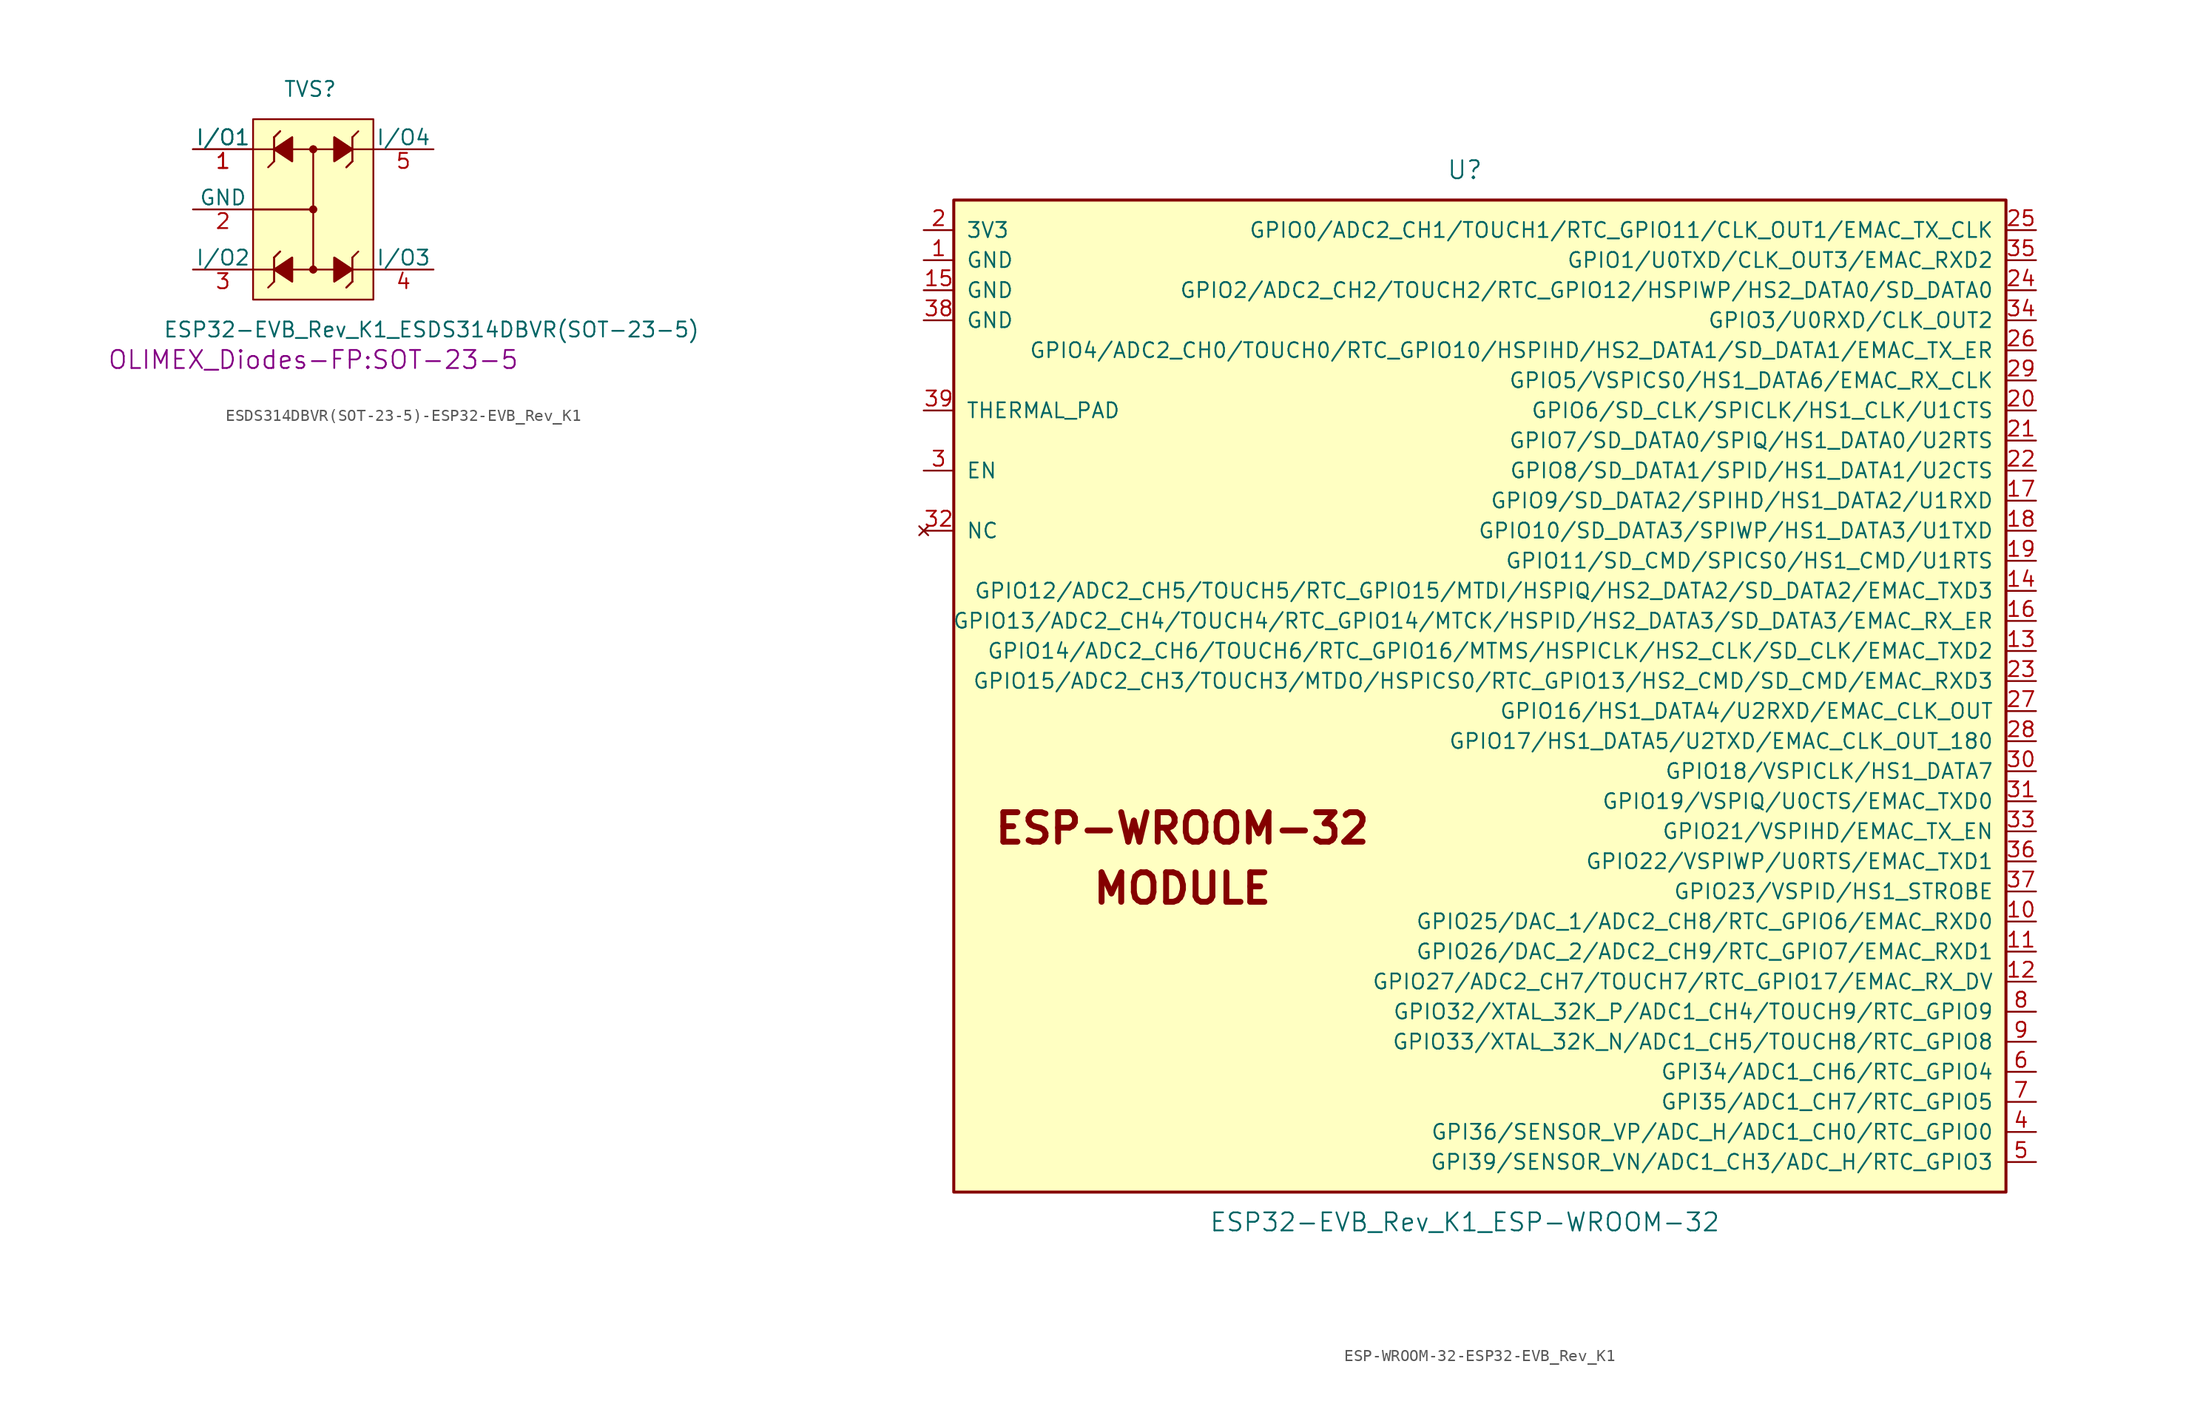
<source format=kicad_sym>
(kicad_symbol_lib
  (version 20231120)
  (generator "kicad_symbol_editor")
  (generator_version "8.0")
  (symbol "ESDS314DBVR(SOT-23-5)-ESP32-EVB_Rev_K1"
    (pin_names
      (offset 0))
    (property "Reference" "TVS"
      (at -2.54 10.16 0)
      (effects (font (size 1.27 1.27)) (justify left)))
    (property "Value" "ESP32-EVB_Rev_K1_ESDS314DBVR(SOT-23-5)"
      (at -12.7 -10.16 0)
      (effects (font (size 1.27 1.27)) (justify left)))
    (property "Footprint" "OLIMEX_Diodes-FP:SOT-23-5"
      (at 0 -12.7 0)
      (effects (font (size 1.524 1.524))))
    (property "Datasheet" ""
      (at -2.54 5.08 90)
      (effects (font (size 1.524 1.524))))
    (symbol "ESDS314DBVR(SOT-23-5)-ESP32-EVB_Rev_K1_0_1"
      (rectangle (start -5.08 7.62) (end 5.08 -7.62) (stroke (width 0) (type solid)) (fill (type background)))
      (circle (center 0 -5.08) (radius 0.254) (stroke (width 0) (type solid)) (fill (type outline)))
      (circle (center 0 -5.08) (radius 0.254) (stroke (width 0) (type solid)) (fill (type outline)))
      (polyline (pts (xy -5.08 5.08) (xy 5.08 5.08)) (stroke (width 0) (type solid)) (fill (type none)))
      (polyline (pts (xy -3.302 -6.096) (xy -3.81 -6.604)) (stroke (width 0) (type solid)) (fill (type none)))
      (polyline (pts (xy -3.302 -6.096) (xy -3.302 -4.064)) (stroke (width 0) (type solid)) (fill (type none)))
      (polyline (pts (xy -3.302 -6.096) (xy -3.302 -4.064)) (stroke (width 0) (type solid)) (fill (type none)))
      (polyline (pts (xy -3.302 -4.064) (xy -3.302 -4.064)) (stroke (width 0) (type solid)) (fill (type none)))
      (polyline (pts (xy -3.302 -4.064) (xy -3.302 -4.064)) (stroke (width 0) (type solid)) (fill (type none)))
      (polyline (pts (xy -3.302 -4.064) (xy -2.794 -3.556)) (stroke (width 0) (type solid)) (fill (type none)))
      (polyline (pts (xy -3.302 -4.064) (xy -2.794 -3.556)) (stroke (width 0) (type solid)) (fill (type none)))
      (polyline (pts (xy -3.302 4.064) (xy -3.81 3.556)) (stroke (width 0) (type solid)) (fill (type none)))
      (polyline (pts (xy -3.302 4.064) (xy -3.302 6.096)) (stroke (width 0) (type solid)) (fill (type none)))
      (polyline (pts (xy -3.302 4.064) (xy -3.302 6.096)) (stroke (width 0) (type solid)) (fill (type none)))
      (polyline (pts (xy -3.302 6.096) (xy -3.302 6.096)) (stroke (width 0) (type solid)) (fill (type none)))
      (polyline (pts (xy -3.302 6.096) (xy -3.302 6.096)) (stroke (width 0) (type solid)) (fill (type none)))
      (polyline (pts (xy -3.302 6.096) (xy -2.794 6.604)) (stroke (width 0) (type solid)) (fill (type none)))
      (polyline (pts (xy -3.302 6.096) (xy -2.794 6.604)) (stroke (width 0) (type solid)) (fill (type none)))
      (polyline (pts (xy 0 0) (xy -5.08 0)) (stroke (width 0) (type solid)) (fill (type none)))
      (polyline (pts (xy 0 0) (xy -5.08 0)) (stroke (width 0) (type solid)) (fill (type none)))
      (polyline (pts (xy 0 5.08) (xy 0 -5.08)) (stroke (width 0) (type solid)) (fill (type none)))
      (polyline (pts (xy 3.302 -6.096) (xy 2.794 -6.604)) (stroke (width 0) (type solid)) (fill (type none)))
      (polyline (pts (xy 3.302 -6.096) (xy 2.794 -6.604)) (stroke (width 0) (type solid)) (fill (type none)))
      (polyline (pts (xy 3.302 -6.096) (xy 3.302 -6.096)) (stroke (width 0) (type solid)) (fill (type none)))
      (polyline (pts (xy 3.302 -6.096) (xy 3.302 -6.096)) (stroke (width 0) (type solid)) (fill (type none)))
      (polyline (pts (xy 3.302 -4.064) (xy 3.302 -6.096)) (stroke (width 0) (type solid)) (fill (type none)))
      (polyline (pts (xy 3.302 -4.064) (xy 3.302 -6.096)) (stroke (width 0) (type solid)) (fill (type none)))
      (polyline (pts (xy 3.302 -4.064) (xy 3.81 -3.556)) (stroke (width 0) (type solid)) (fill (type none)))
      (polyline (pts (xy 3.302 4.064) (xy 2.794 3.556)) (stroke (width 0) (type solid)) (fill (type none)))
      (polyline (pts (xy 3.302 4.064) (xy 2.794 3.556)) (stroke (width 0) (type solid)) (fill (type none)))
      (polyline (pts (xy 3.302 4.064) (xy 3.302 4.064)) (stroke (width 0) (type solid)) (fill (type none)))
      (polyline (pts (xy 3.302 4.064) (xy 3.302 4.064)) (stroke (width 0) (type solid)) (fill (type none)))
      (polyline (pts (xy 3.302 6.096) (xy 3.302 4.064)) (stroke (width 0) (type solid)) (fill (type none)))
      (polyline (pts (xy 3.302 6.096) (xy 3.302 4.064)) (stroke (width 0) (type solid)) (fill (type none)))
      (polyline (pts (xy 3.302 6.096) (xy 3.81 6.604)) (stroke (width 0) (type solid)) (fill (type none)))
      (polyline (pts (xy 5.08 -5.08) (xy -5.08 -5.08)) (stroke (width 0) (type solid)) (fill (type none)))
      (polyline (pts (xy -1.778 -6.096) (xy -3.302 -5.08) (xy -1.778 -4.064) (xy -1.778 -6.096)) (stroke (width 0) (type solid)) (fill (type outline)))
      (polyline (pts (xy -1.778 -6.096) (xy -3.302 -5.08) (xy -1.778 -4.064) (xy -1.778 -6.096)) (stroke (width 0) (type solid)) (fill (type outline)))
      (polyline (pts (xy -1.778 4.064) (xy -3.302 5.08) (xy -1.778 6.096) (xy -1.778 4.064)) (stroke (width 0) (type solid)) (fill (type outline)))
      (polyline (pts (xy -1.778 4.064) (xy -3.302 5.08) (xy -1.778 6.096) (xy -1.778 4.064)) (stroke (width 0) (type solid)) (fill (type outline)))
      (polyline (pts (xy 1.778 -4.064) (xy 3.302 -5.08) (xy 1.778 -6.096) (xy 1.778 -4.064)) (stroke (width 0) (type solid)) (fill (type outline)))
      (polyline (pts (xy 1.778 -4.064) (xy 3.302 -5.08) (xy 1.778 -6.096) (xy 1.778 -4.064)) (stroke (width 0) (type solid)) (fill (type outline)))
      (polyline (pts (xy 1.778 6.096) (xy 3.302 5.08) (xy 1.778 4.064) (xy 1.778 6.096)) (stroke (width 0) (type solid)) (fill (type outline)))
      (polyline (pts (xy 1.778 6.096) (xy 3.302 5.08) (xy 1.778 4.064) (xy 1.778 6.096)) (stroke (width 0) (type solid)) (fill (type outline)))
      (circle (center 0 0) (radius 0.254) (stroke (width 0) (type solid)) (fill (type outline)))
      (circle (center 0 0) (radius 0.254) (stroke (width 0) (type solid)) (fill (type outline)))
      (circle (center 0 5.08) (radius 0.254) (stroke (width 0) (type solid)) (fill (type outline)))
      (circle (center 0 5.08) (radius 0.254) (stroke (width 0) (type solid)) (fill (type outline))))
    (symbol "ESDS314DBVR(SOT-23-5)-ESP32-EVB_Rev_K1_1_1"
      (pin passive line (at -10.16 5.08 0) (length 5.08) (name "I/O1" (effects (font (size 1.27 1.27)))) (number "1" (effects (font (size 1.27 1.27)))))
      (pin passive line (at -10.16 5.08 0) (length 5.08) (name "I/O1" (effects (font (size 1.27 1.27)))) (number "1" (effects (font (size 1.27 1.27)))))
      (pin passive line (at -10.16 0 0) (length 5.08) (name "GND" (effects (font (size 1.27 1.27)))) (number "2" (effects (font (size 1.27 1.27)))))
      (pin passive line (at -10.16 -5.08 0) (length 5.08) (name "I/O2" (effects (font (size 1.27 1.27)))) (number "3" (effects (font (size 1.27 1.27)))))
      (pin passive line (at 10.16 -5.08 180) (length 5.08) (name "I/O3" (effects (font (size 1.27 1.27)))) (number "4" (effects (font (size 1.27 1.27)))))
      (pin passive line (at 10.16 5.08 180) (length 5.08) (name "I/O4" (effects (font (size 1.27 1.27)))) (number "5" (effects (font (size 1.27 1.27)))))))
  (symbol "ESP-WROOM-32-ESP32-EVB_Rev_K1"
    (pin_names
      (offset 1.016))
    (property "Reference" "U"
      (at 0 43.18 0)
      (effects (font (size 1.524 1.524))))
    (property "Value" "ESP32-EVB_Rev_K1_ESP-WROOM-32"
      (at 0 -45.72 0)
      (effects (font (size 1.524 1.524))))
    (symbol "ESP-WROOM-32-ESP32-EVB_Rev_K1_0_0"
      (text "ESP-WROOM-32" (at -23.876 -12.446 0) (effects (font (size 2.489 2.489) (bold yes))))
      (text "MODULE" (at -23.876 -17.526 0) (effects (font (size 2.489 2.489) (bold yes)))))
    (symbol "ESP-WROOM-32-ESP32-EVB_Rev_K1_0_1"
      (rectangle (start -43.18 40.64) (end 45.72 -43.18) (stroke (width 0.254) (type solid)) (fill (type background))))
    (symbol "ESP-WROOM-32-ESP32-EVB_Rev_K1_1_1"
      (pin power_in line (at -45.72 35.56 0) (length 2.54) (name "GND" (effects (font (size 1.27 1.27)))) (number "1" (effects (font (size 1.27 1.27)))))
      (pin bidirectional line (at 48.26 -20.32 180) (length 2.54) (name "GPIO25/DAC_1/ADC2_CH8/RTC_GPIO6/EMAC_RXD0" (effects (font (size 1.27 1.27)))) (number "10" (effects (font (size 1.27 1.27)))))
      (pin bidirectional line (at 48.26 -22.86 180) (length 2.54) (name "GPIO26/DAC_2/ADC2_CH9/RTC_GPIO7/EMAC_RXD1" (effects (font (size 1.27 1.27)))) (number "11" (effects (font (size 1.27 1.27)))))
      (pin bidirectional line (at 48.26 -25.4 180) (length 2.54) (name "GPIO27/ADC2_CH7/TOUCH7/RTC_GPIO17/EMAC_RX_DV" (effects (font (size 1.27 1.27)))) (number "12" (effects (font (size 1.27 1.27)))))
      (pin bidirectional line (at 48.26 2.54 180) (length 2.54) (name "GPIO14/ADC2_CH6/TOUCH6/RTC_GPIO16/MTMS/HSPICLK/HS2_CLK/SD_CLK/EMAC_TXD2" (effects (font (size 1.27 1.27)))) (number "13" (effects (font (size 1.27 1.27)))))
      (pin bidirectional line (at 48.26 7.62 180) (length 2.54) (name "GPIO12/ADC2_CH5/TOUCH5/RTC_GPIO15/MTDI/HSPIQ/HS2_DATA2/SD_DATA2/EMAC_TXD3" (effects (font (size 1.27 1.27)))) (number "14" (effects (font (size 1.27 1.27)))))
      (pin power_in line (at -45.72 33.02 0) (length 2.54) (name "GND" (effects (font (size 1.27 1.27)))) (number "15" (effects (font (size 1.27 1.27)))))
      (pin bidirectional line (at 48.26 5.08 180) (length 2.54) (name "GPIO13/ADC2_CH4/TOUCH4/RTC_GPIO14/MTCK/HSPID/HS2_DATA3/SD_DATA3/EMAC_RX_ER" (effects (font (size 1.27 1.27)))) (number "16" (effects (font (size 1.27 1.27)))))
      (pin bidirectional line (at 48.26 15.24 180) (length 2.54) (name "GPIO9/SD_DATA2/SPIHD/HS1_DATA2/U1RXD" (effects (font (size 1.27 1.27)))) (number "17" (effects (font (size 1.27 1.27)))))
      (pin bidirectional line (at 48.26 12.7 180) (length 2.54) (name "GPIO10/SD_DATA3/SPIWP/HS1_DATA3/U1TXD" (effects (font (size 1.27 1.27)))) (number "18" (effects (font (size 1.27 1.27)))))
      (pin bidirectional line (at 48.26 10.16 180) (length 2.54) (name "GPIO11/SD_CMD/SPICS0/HS1_CMD/U1RTS" (effects (font (size 1.27 1.27)))) (number "19" (effects (font (size 1.27 1.27)))))
      (pin power_in line (at -45.72 38.1 0) (length 2.54) (name "3V3" (effects (font (size 1.27 1.27)))) (number "2" (effects (font (size 1.27 1.27)))))
      (pin bidirectional line (at 48.26 22.86 180) (length 2.54) (name "GPIO6/SD_CLK/SPICLK/HS1_CLK/U1CTS" (effects (font (size 1.27 1.27)))) (number "20" (effects (font (size 1.27 1.27)))))
      (pin bidirectional line (at 48.26 20.32 180) (length 2.54) (name "GPIO7/SD_DATA0/SPIQ/HS1_DATA0/U2RTS" (effects (font (size 1.27 1.27)))) (number "21" (effects (font (size 1.27 1.27)))))
      (pin bidirectional line (at 48.26 17.78 180) (length 2.54) (name "GPIO8/SD_DATA1/SPID/HS1_DATA1/U2CTS" (effects (font (size 1.27 1.27)))) (number "22" (effects (font (size 1.27 1.27)))))
      (pin bidirectional line (at 48.26 0 180) (length 2.54) (name "GPIO15/ADC2_CH3/TOUCH3/MTDO/HSPICS0/RTC_GPIO13/HS2_CMD/SD_CMD/EMAC_RXD3" (effects (font (size 1.27 1.27)))) (number "23" (effects (font (size 1.27 1.27)))))
      (pin bidirectional line (at 48.26 33.02 180) (length 2.54) (name "GPIO2/ADC2_CH2/TOUCH2/RTC_GPIO12/HSPIWP/HS2_DATA0/SD_DATA0" (effects (font (size 1.27 1.27)))) (number "24" (effects (font (size 1.27 1.27)))))
      (pin bidirectional line (at 48.26 38.1 180) (length 2.54) (name "GPIO0/ADC2_CH1/TOUCH1/RTC_GPIO11/CLK_OUT1/EMAC_TX_CLK" (effects (font (size 1.27 1.27)))) (number "25" (effects (font (size 1.27 1.27)))))
      (pin bidirectional line (at 48.26 27.94 180) (length 2.54) (name "GPIO4/ADC2_CH0/TOUCH0/RTC_GPIO10/HSPIHD/HS2_DATA1/SD_DATA1/EMAC_TX_ER" (effects (font (size 1.27 1.27)))) (number "26" (effects (font (size 1.27 1.27)))))
      (pin bidirectional line (at 48.26 -2.54 180) (length 2.54) (name "GPIO16/HS1_DATA4/U2RXD/EMAC_CLK_OUT" (effects (font (size 1.27 1.27)))) (number "27" (effects (font (size 1.27 1.27)))))
      (pin bidirectional line (at 48.26 -5.08 180) (length 2.54) (name "GPIO17/HS1_DATA5/U2TXD/EMAC_CLK_OUT_180" (effects (font (size 1.27 1.27)))) (number "28" (effects (font (size 1.27 1.27)))))
      (pin bidirectional line (at 48.26 25.4 180) (length 2.54) (name "GPIO5/VSPICS0/HS1_DATA6/EMAC_RX_CLK" (effects (font (size 1.27 1.27)))) (number "29" (effects (font (size 1.27 1.27)))))
      (pin input line (at -45.72 17.78 0) (length 2.54) (name "EN" (effects (font (size 1.27 1.27)))) (number "3" (effects (font (size 1.27 1.27)))))
      (pin bidirectional line (at 48.26 -7.62 180) (length 2.54) (name "GPIO18/VSPICLK/HS1_DATA7" (effects (font (size 1.27 1.27)))) (number "30" (effects (font (size 1.27 1.27)))))
      (pin bidirectional line (at 48.26 -10.16 180) (length 2.54) (name "GPIO19/VSPIQ/U0CTS/EMAC_TXD0" (effects (font (size 1.27 1.27)))) (number "31" (effects (font (size 1.27 1.27)))))
      (pin no_connect line (at -45.72 12.7 0) (length 2.54) (name "NC" (effects (font (size 1.27 1.27)))) (number "32" (effects (font (size 1.27 1.27)))))
      (pin bidirectional line (at 48.26 -12.7 180) (length 2.54) (name "GPIO21/VSPIHD/EMAC_TX_EN" (effects (font (size 1.27 1.27)))) (number "33" (effects (font (size 1.27 1.27)))))
      (pin bidirectional line (at 48.26 30.48 180) (length 2.54) (name "GPIO3/U0RXD/CLK_OUT2" (effects (font (size 1.27 1.27)))) (number "34" (effects (font (size 1.27 1.27)))))
      (pin bidirectional line (at 48.26 35.56 180) (length 2.54) (name "GPIO1/U0TXD/CLK_OUT3/EMAC_RXD2" (effects (font (size 1.27 1.27)))) (number "35" (effects (font (size 1.27 1.27)))))
      (pin bidirectional line (at 48.26 -15.24 180) (length 2.54) (name "GPIO22/VSPIWP/U0RTS/EMAC_TXD1" (effects (font (size 1.27 1.27)))) (number "36" (effects (font (size 1.27 1.27)))))
      (pin bidirectional line (at 48.26 -17.78 180) (length 2.54) (name "GPIO23/VSPID/HS1_STROBE" (effects (font (size 1.27 1.27)))) (number "37" (effects (font (size 1.27 1.27)))))
      (pin power_in line (at -45.72 30.48 0) (length 2.54) (name "GND" (effects (font (size 1.27 1.27)))) (number "38" (effects (font (size 1.27 1.27)))))
      (pin power_in line (at -45.72 22.86 0) (length 2.54) (name "THERMAL_PAD" (effects (font (size 1.27 1.27)))) (number "39" (effects (font (size 1.27 1.27)))))
      (pin input line (at 48.26 -38.1 180) (length 2.54) (name "GPI36/SENSOR_VP/ADC_H/ADC1_CH0/RTC_GPIO0" (effects (font (size 1.27 1.27)))) (number "4" (effects (font (size 1.27 1.27)))))
      (pin input line (at 48.26 -40.64 180) (length 2.54) (name "GPI39/SENSOR_VN/ADC1_CH3/ADC_H/RTC_GPIO3" (effects (font (size 1.27 1.27)))) (number "5" (effects (font (size 1.27 1.27)))))
      (pin input line (at 48.26 -33.02 180) (length 2.54) (name "GPI34/ADC1_CH6/RTC_GPIO4" (effects (font (size 1.27 1.27)))) (number "6" (effects (font (size 1.27 1.27)))))
      (pin input line (at 48.26 -35.56 180) (length 2.54) (name "GPI35/ADC1_CH7/RTC_GPIO5" (effects (font (size 1.27 1.27)))) (number "7" (effects (font (size 1.27 1.27)))))
      (pin bidirectional line (at 48.26 -27.94 180) (length 2.54) (name "GPIO32/XTAL_32K_P/ADC1_CH4/TOUCH9/RTC_GPIO9" (effects (font (size 1.27 1.27)))) (number "8" (effects (font (size 1.27 1.27)))))
      (pin bidirectional line (at 48.26 -30.48 180) (length 2.54) (name "GPIO33/XTAL_32K_N/ADC1_CH5/TOUCH8/RTC_GPIO8" (effects (font (size 1.27 1.27)))) (number "9" (effects (font (size 1.27 1.27))))))))
</source>
